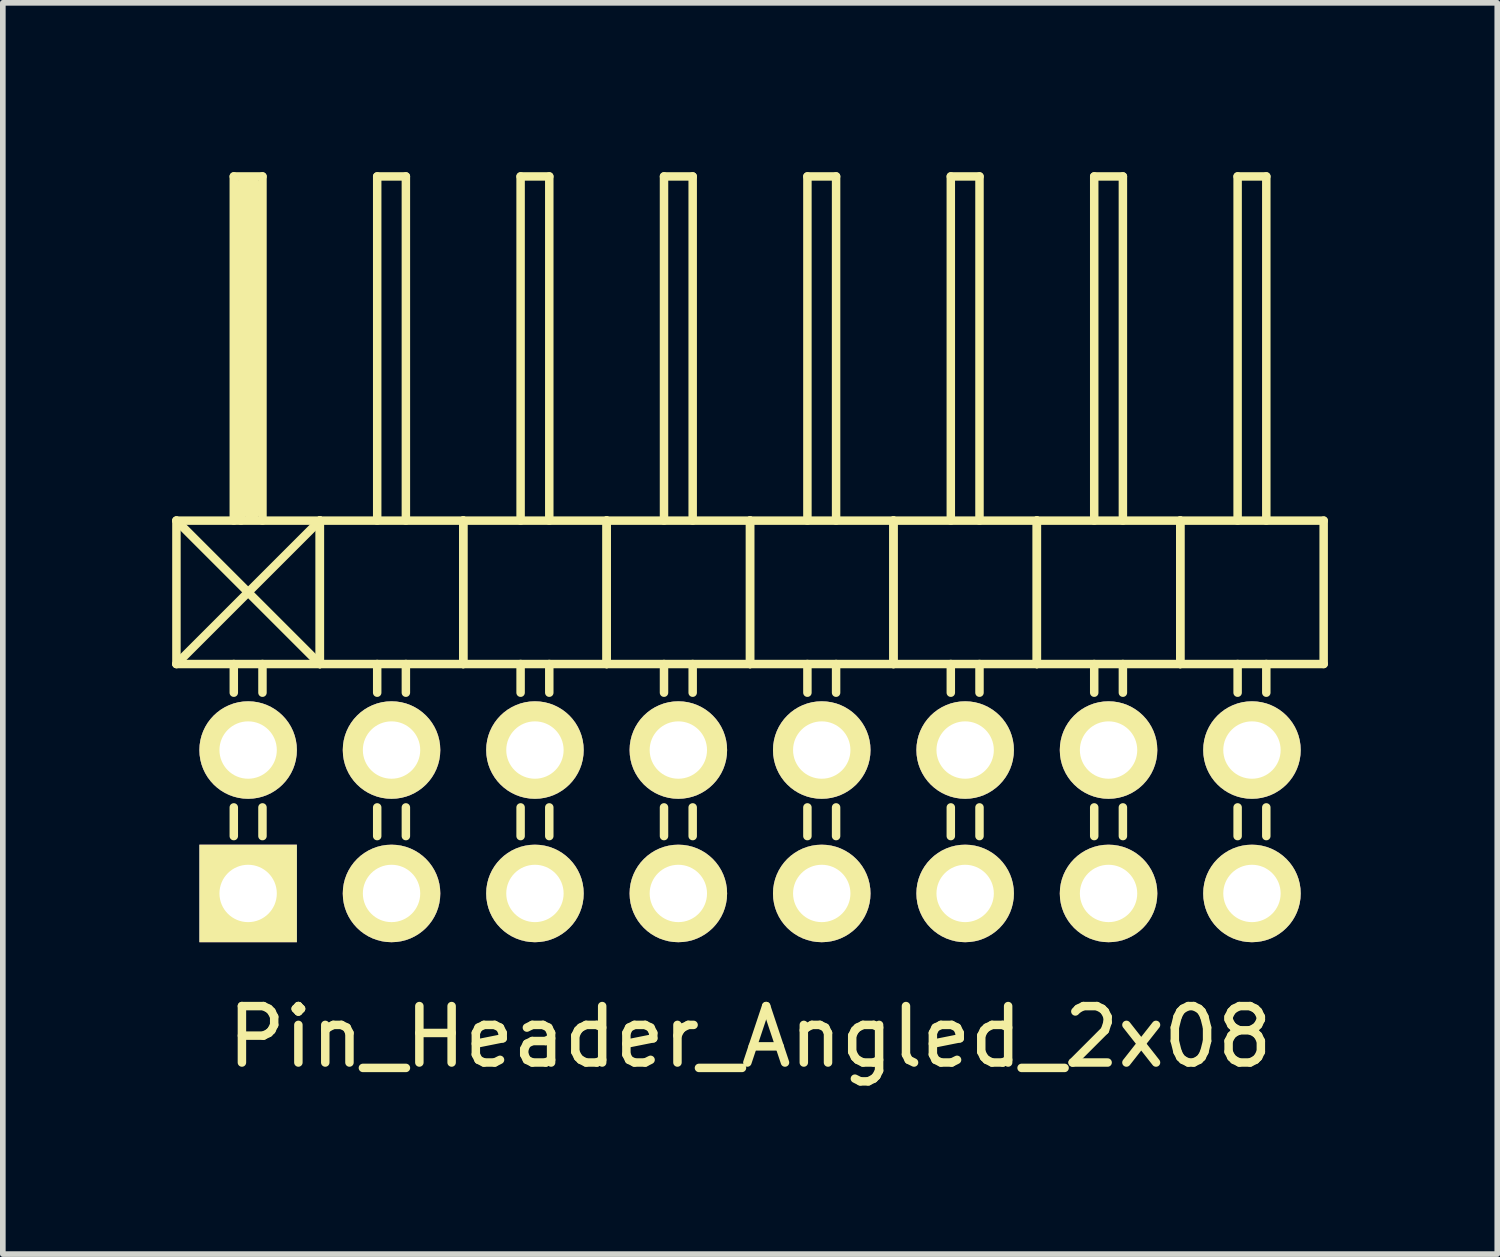
<source format=kicad_pcb>
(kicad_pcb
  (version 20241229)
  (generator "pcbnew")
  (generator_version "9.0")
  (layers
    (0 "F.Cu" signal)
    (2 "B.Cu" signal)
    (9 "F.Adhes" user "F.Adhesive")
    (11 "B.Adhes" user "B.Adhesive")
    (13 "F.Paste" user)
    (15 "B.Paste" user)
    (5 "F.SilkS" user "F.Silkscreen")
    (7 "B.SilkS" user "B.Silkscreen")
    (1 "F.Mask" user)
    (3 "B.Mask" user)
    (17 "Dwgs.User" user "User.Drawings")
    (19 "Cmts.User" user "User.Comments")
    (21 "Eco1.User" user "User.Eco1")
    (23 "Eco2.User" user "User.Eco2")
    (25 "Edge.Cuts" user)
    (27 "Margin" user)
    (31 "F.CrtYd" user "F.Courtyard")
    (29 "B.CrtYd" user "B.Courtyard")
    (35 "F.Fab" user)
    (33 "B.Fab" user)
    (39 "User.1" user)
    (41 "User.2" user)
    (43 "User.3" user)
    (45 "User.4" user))
  (footprint "Pin_Header_Angled_2x08"
    (layer "F.Cu")
    (at 10.235 11.505)
    (property "Reference" "Pin_Header_Angled_2x08" (at 0 3.81 0) (layer "F.SilkS") (effects (font (size 1 1) (thickness 0.15))))
    (attr through_hole)
    (fp_line (start -10.16 -5.334) (end -7.62 -2.794) (stroke (width 0.15) (type solid)) (layer "F.SilkS"))
    (fp_line (start -10.16 -2.794) (end -10.16 -5.334) (stroke (width 0.15) (type solid)) (layer "F.SilkS"))
    (fp_line (start -10.16 -2.794) (end -7.62 -5.334) (stroke (width 0.15) (type solid)) (layer "F.SilkS"))
    (fp_line (start -10.16 -2.794) (end -7.62 -2.794) (stroke (width 0.15) (type solid)) (layer "F.SilkS"))
    (fp_line (start -9.144 -11.43) (end -8.636 -11.43) (stroke (width 0.15) (type solid)) (layer "F.SilkS"))
    (fp_line (start -9.144 -5.334) (end -9.144 -11.43) (stroke (width 0.15) (type solid)) (layer "F.SilkS"))
    (fp_line (start -9.144 -2.794) (end -9.144 -2.286) (stroke (width 0.15) (type solid)) (layer "F.SilkS"))
    (fp_line (start -9.144 -0.254) (end -9.144 0.254) (stroke (width 0.15) (type solid)) (layer "F.SilkS"))
    (fp_line (start -9.017 -11.303) (end -8.763 -11.303) (stroke (width 0.15) (type solid)) (layer "F.SilkS"))
    (fp_line (start -9.017 -5.334) (end -9.017 -11.303) (stroke (width 0.15) (type solid)) (layer "F.SilkS"))
    (fp_line (start -8.89 -5.461) (end -8.89 -11.303) (stroke (width 0.15) (type solid)) (layer "F.SilkS"))
    (fp_line (start -8.763 -11.303) (end -8.763 -5.461) (stroke (width 0.15) (type solid)) (layer "F.SilkS"))
    (fp_line (start -8.763 -5.461) (end -8.89 -5.461) (stroke (width 0.15) (type solid)) (layer "F.SilkS"))
    (fp_line (start -8.636 -11.43) (end -8.636 -5.334) (stroke (width 0.15) (type solid)) (layer "F.SilkS"))
    (fp_line (start -8.636 -2.794) (end -8.636 -2.286) (stroke (width 0.15) (type solid)) (layer "F.SilkS"))
    (fp_line (start -8.636 -0.254) (end -8.636 0.254) (stroke (width 0.15) (type solid)) (layer "F.SilkS"))
    (fp_line (start -7.62 -5.334) (end -10.16 -5.334) (stroke (width 0.15) (type solid)) (layer "F.SilkS"))
    (fp_line (start -7.62 -2.794) (end -7.62 -5.334) (stroke (width 0.15) (type solid)) (layer "F.SilkS"))
    (fp_line (start -7.62 -2.794) (end -7.62 -5.334) (stroke (width 0.15) (type solid)) (layer "F.SilkS"))
    (fp_line (start -7.62 -2.794) (end -5.08 -2.794) (stroke (width 0.15) (type solid)) (layer "F.SilkS"))
    (fp_line (start -6.604 -11.43) (end -6.096 -11.43) (stroke (width 0.15) (type solid)) (layer "F.SilkS"))
    (fp_line (start -6.604 -5.334) (end -6.604 -11.43) (stroke (width 0.15) (type solid)) (layer "F.SilkS"))
    (fp_line (start -6.604 -2.794) (end -6.604 -2.286) (stroke (width 0.15) (type solid)) (layer "F.SilkS"))
    (fp_line (start -6.604 -0.254) (end -6.604 0.254) (stroke (width 0.15) (type solid)) (layer "F.SilkS"))
    (fp_line (start -6.096 -11.43) (end -6.096 -5.334) (stroke (width 0.15) (type solid)) (layer "F.SilkS"))
    (fp_line (start -6.096 -2.794) (end -6.096 -2.286) (stroke (width 0.15) (type solid)) (layer "F.SilkS"))
    (fp_line (start -6.096 -0.254) (end -6.096 0.254) (stroke (width 0.15) (type solid)) (layer "F.SilkS"))
    (fp_line (start -5.08 -5.334) (end -7.62 -5.334) (stroke (width 0.15) (type solid)) (layer "F.SilkS"))
    (fp_line (start -5.08 -2.794) (end -5.08 -5.334) (stroke (width 0.15) (type solid)) (layer "F.SilkS"))
    (fp_line (start -5.08 -2.794) (end -5.08 -5.334) (stroke (width 0.15) (type solid)) (layer "F.SilkS"))
    (fp_line (start -5.08 -2.794) (end -2.54 -2.794) (stroke (width 0.15) (type solid)) (layer "F.SilkS"))
    (fp_line (start -4.064 -11.43) (end -3.556 -11.43) (stroke (width 0.15) (type solid)) (layer "F.SilkS"))
    (fp_line (start -4.064 -5.334) (end -4.064 -11.43) (stroke (width 0.15) (type solid)) (layer "F.SilkS"))
    (fp_line (start -4.064 -2.794) (end -4.064 -2.286) (stroke (width 0.15) (type solid)) (layer "F.SilkS"))
    (fp_line (start -4.064 -0.254) (end -4.064 0.254) (stroke (width 0.15) (type solid)) (layer "F.SilkS"))
    (fp_line (start -3.556 -11.43) (end -3.556 -5.334) (stroke (width 0.15) (type solid)) (layer "F.SilkS"))
    (fp_line (start -3.556 -2.794) (end -3.556 -2.286) (stroke (width 0.15) (type solid)) (layer "F.SilkS"))
    (fp_line (start -3.556 -0.254) (end -3.556 0.254) (stroke (width 0.15) (type solid)) (layer "F.SilkS"))
    (fp_line (start -2.54 -5.334) (end -5.08 -5.334) (stroke (width 0.15) (type solid)) (layer "F.SilkS"))
    (fp_line (start -2.54 -2.794) (end -2.54 -5.334) (stroke (width 0.15) (type solid)) (layer "F.SilkS"))
    (fp_line (start -2.54 -2.794) (end -2.54 -5.334) (stroke (width 0.15) (type solid)) (layer "F.SilkS"))
    (fp_line (start -2.54 -2.794) (end 0 -2.794) (stroke (width 0.15) (type solid)) (layer "F.SilkS"))
    (fp_line (start -1.524 -11.43) (end -1.016 -11.43) (stroke (width 0.15) (type solid)) (layer "F.SilkS"))
    (fp_line (start -1.524 -5.334) (end -1.524 -11.43) (stroke (width 0.15) (type solid)) (layer "F.SilkS"))
    (fp_line (start -1.524 -2.794) (end -1.524 -2.286) (stroke (width 0.15) (type solid)) (layer "F.SilkS"))
    (fp_line (start -1.524 -0.254) (end -1.524 0.254) (stroke (width 0.15) (type solid)) (layer "F.SilkS"))
    (fp_line (start -1.016 -11.43) (end -1.016 -5.334) (stroke (width 0.15) (type solid)) (layer "F.SilkS"))
    (fp_line (start -1.016 -2.794) (end -1.016 -2.286) (stroke (width 0.15) (type solid)) (layer "F.SilkS"))
    (fp_line (start -1.016 -0.254) (end -1.016 0.254) (stroke (width 0.15) (type solid)) (layer "F.SilkS"))
    (fp_line (start 0 -5.334) (end -2.54 -5.334) (stroke (width 0.15) (type solid)) (layer "F.SilkS"))
    (fp_line (start 0 -2.794) (end 0 -5.334) (stroke (width 0.15) (type solid)) (layer "F.SilkS"))
    (fp_line (start 0 -2.794) (end 0 -5.334) (stroke (width 0.15) (type solid)) (layer "F.SilkS"))
    (fp_line (start 0 -2.794) (end 2.54 -2.794) (stroke (width 0.15) (type solid)) (layer "F.SilkS"))
    (fp_line (start 1.016 -11.43) (end 1.524 -11.43) (stroke (width 0.15) (type solid)) (layer "F.SilkS"))
    (fp_line (start 1.016 -5.334) (end 1.016 -11.43) (stroke (width 0.15) (type solid)) (layer "F.SilkS"))
    (fp_line (start 1.016 -2.794) (end 1.016 -2.286) (stroke (width 0.15) (type solid)) (layer "F.SilkS"))
    (fp_line (start 1.016 -0.254) (end 1.016 0.254) (stroke (width 0.15) (type solid)) (layer "F.SilkS"))
    (fp_line (start 1.524 -11.43) (end 1.524 -5.334) (stroke (width 0.15) (type solid)) (layer "F.SilkS"))
    (fp_line (start 1.524 -2.794) (end 1.524 -2.286) (stroke (width 0.15) (type solid)) (layer "F.SilkS"))
    (fp_line (start 1.524 -0.254) (end 1.524 0.254) (stroke (width 0.15) (type solid)) (layer "F.SilkS"))
    (fp_line (start 2.54 -5.334) (end 0 -5.334) (stroke (width 0.15) (type solid)) (layer "F.SilkS"))
    (fp_line (start 2.54 -2.794) (end 2.54 -5.334) (stroke (width 0.15) (type solid)) (layer "F.SilkS"))
    (fp_line (start 2.54 -2.794) (end 2.54 -5.334) (stroke (width 0.15) (type solid)) (layer "F.SilkS"))
    (fp_line (start 2.54 -2.794) (end 5.08 -2.794) (stroke (width 0.15) (type solid)) (layer "F.SilkS"))
    (fp_line (start 3.556 -11.43) (end 4.064 -11.43) (stroke (width 0.15) (type solid)) (layer "F.SilkS"))
    (fp_line (start 3.556 -5.334) (end 3.556 -11.43) (stroke (width 0.15) (type solid)) (layer "F.SilkS"))
    (fp_line (start 3.556 -2.794) (end 3.556 -2.286) (stroke (width 0.15) (type solid)) (layer "F.SilkS"))
    (fp_line (start 3.556 -0.254) (end 3.556 0.254) (stroke (width 0.15) (type solid)) (layer "F.SilkS"))
    (fp_line (start 4.064 -11.43) (end 4.064 -5.334) (stroke (width 0.15) (type solid)) (layer "F.SilkS"))
    (fp_line (start 4.064 -2.794) (end 4.064 -2.286) (stroke (width 0.15) (type solid)) (layer "F.SilkS"))
    (fp_line (start 4.064 -0.254) (end 4.064 0.254) (stroke (width 0.15) (type solid)) (layer "F.SilkS"))
    (fp_line (start 5.08 -5.334) (end 2.54 -5.334) (stroke (width 0.15) (type solid)) (layer "F.SilkS"))
    (fp_line (start 5.08 -2.794) (end 5.08 -5.334) (stroke (width 0.15) (type solid)) (layer "F.SilkS"))
    (fp_line (start 5.08 -2.794) (end 5.08 -5.334) (stroke (width 0.15) (type solid)) (layer "F.SilkS"))
    (fp_line (start 5.08 -2.794) (end 7.62 -2.794) (stroke (width 0.15) (type solid)) (layer "F.SilkS"))
    (fp_line (start 6.096 -11.43) (end 6.604 -11.43) (stroke (width 0.15) (type solid)) (layer "F.SilkS"))
    (fp_line (start 6.096 -5.334) (end 6.096 -11.43) (stroke (width 0.15) (type solid)) (layer "F.SilkS"))
    (fp_line (start 6.096 -2.794) (end 6.096 -2.286) (stroke (width 0.15) (type solid)) (layer "F.SilkS"))
    (fp_line (start 6.096 -0.254) (end 6.096 0.254) (stroke (width 0.15) (type solid)) (layer "F.SilkS"))
    (fp_line (start 6.604 -11.43) (end 6.604 -5.334) (stroke (width 0.15) (type solid)) (layer "F.SilkS"))
    (fp_line (start 6.604 -2.794) (end 6.604 -2.286) (stroke (width 0.15) (type solid)) (layer "F.SilkS"))
    (fp_line (start 6.604 -0.254) (end 6.604 0.254) (stroke (width 0.15) (type solid)) (layer "F.SilkS"))
    (fp_line (start 7.62 -5.334) (end 5.08 -5.334) (stroke (width 0.15) (type solid)) (layer "F.SilkS"))
    (fp_line (start 7.62 -2.794) (end 7.62 -5.334) (stroke (width 0.15) (type solid)) (layer "F.SilkS"))
    (fp_line (start 7.62 -2.794) (end 7.62 -5.334) (stroke (width 0.15) (type solid)) (layer "F.SilkS"))
    (fp_line (start 7.62 -2.794) (end 10.16 -2.794) (stroke (width 0.15) (type solid)) (layer "F.SilkS"))
    (fp_line (start 8.636 -11.43) (end 9.144 -11.43) (stroke (width 0.15) (type solid)) (layer "F.SilkS"))
    (fp_line (start 8.636 -5.334) (end 8.636 -11.43) (stroke (width 0.15) (type solid)) (layer "F.SilkS"))
    (fp_line (start 8.636 -2.794) (end 8.636 -2.286) (stroke (width 0.15) (type solid)) (layer "F.SilkS"))
    (fp_line (start 8.636 -0.254) (end 8.636 0.254) (stroke (width 0.15) (type solid)) (layer "F.SilkS"))
    (fp_line (start 9.144 -11.43) (end 9.144 -5.334) (stroke (width 0.15) (type solid)) (layer "F.SilkS"))
    (fp_line (start 9.144 -2.794) (end 9.144 -2.286) (stroke (width 0.15) (type solid)) (layer "F.SilkS"))
    (fp_line (start 9.144 -0.254) (end 9.144 0.254) (stroke (width 0.15) (type solid)) (layer "F.SilkS"))
    (fp_line (start 10.16 -5.334) (end 7.62 -5.334) (stroke (width 0.15) (type solid)) (layer "F.SilkS"))
    (fp_line (start 10.16 -2.794) (end 10.16 -5.334) (stroke (width 0.15) (type solid)) (layer "F.SilkS"))
    (pad "1" thru_hole rect (at -8.89 1.27) (size 1.727 1.727) (drill 1.016) (layers "*.Cu" "*.Mask" "F.SilkS"))
    (pad "2" thru_hole oval (at -8.89 -1.27) (size 1.727 1.727) (drill 1.016) (layers "*.Cu" "*.Mask" "F.SilkS"))
    (pad "3" thru_hole oval (at -6.35 1.27) (size 1.727 1.727) (drill 1.016) (layers "*.Cu" "*.Mask" "F.SilkS"))
    (pad "4" thru_hole oval (at -6.35 -1.27) (size 1.727 1.727) (drill 1.016) (layers "*.Cu" "*.Mask" "F.SilkS"))
    (pad "5" thru_hole oval (at -3.81 1.27) (size 1.727 1.727) (drill 1.016) (layers "*.Cu" "*.Mask" "F.SilkS"))
    (pad "6" thru_hole oval (at -3.81 -1.27) (size 1.727 1.727) (drill 1.016) (layers "*.Cu" "*.Mask" "F.SilkS"))
    (pad "7" thru_hole oval (at -1.27 1.27) (size 1.727 1.727) (drill 1.016) (layers "*.Cu" "*.Mask" "F.SilkS"))
    (pad "8" thru_hole oval (at -1.27 -1.27) (size 1.727 1.727) (drill 1.016) (layers "*.Cu" "*.Mask" "F.SilkS"))
    (pad "9" thru_hole oval (at 1.27 1.27) (size 1.727 1.727) (drill 1.016) (layers "*.Cu" "*.Mask" "F.SilkS"))
    (pad "10" thru_hole oval (at 1.27 -1.27) (size 1.727 1.727) (drill 1.016) (layers "*.Cu" "*.Mask" "F.SilkS"))
    (pad "11" thru_hole oval (at 3.81 1.27) (size 1.727 1.727) (drill 1.016) (layers "*.Cu" "*.Mask" "F.SilkS"))
    (pad "12" thru_hole oval (at 3.81 -1.27) (size 1.727 1.727) (drill 1.016) (layers "*.Cu" "*.Mask" "F.SilkS"))
    (pad "13" thru_hole oval (at 6.35 1.27) (size 1.727 1.727) (drill 1.016) (layers "*.Cu" "*.Mask" "F.SilkS"))
    (pad "14" thru_hole oval (at 6.35 -1.27) (size 1.727 1.727) (drill 1.016) (layers "*.Cu" "*.Mask" "F.SilkS"))
    (pad "15" thru_hole oval (at 8.89 1.27) (size 1.727 1.727) (drill 1.016) (layers "*.Cu" "*.Mask" "F.SilkS"))
    (pad "16" thru_hole oval (at 8.89 -1.27) (size 1.727 1.727) (drill 1.016) (layers "*.Cu" "*.Mask" "F.SilkS")))
  (gr_rect
    (start -3 -3)
    (end 23.47 19.163)
    (stroke (width 0.1) (type default))
    (fill no)
    (layer "Edge.Cuts")))
</source>
